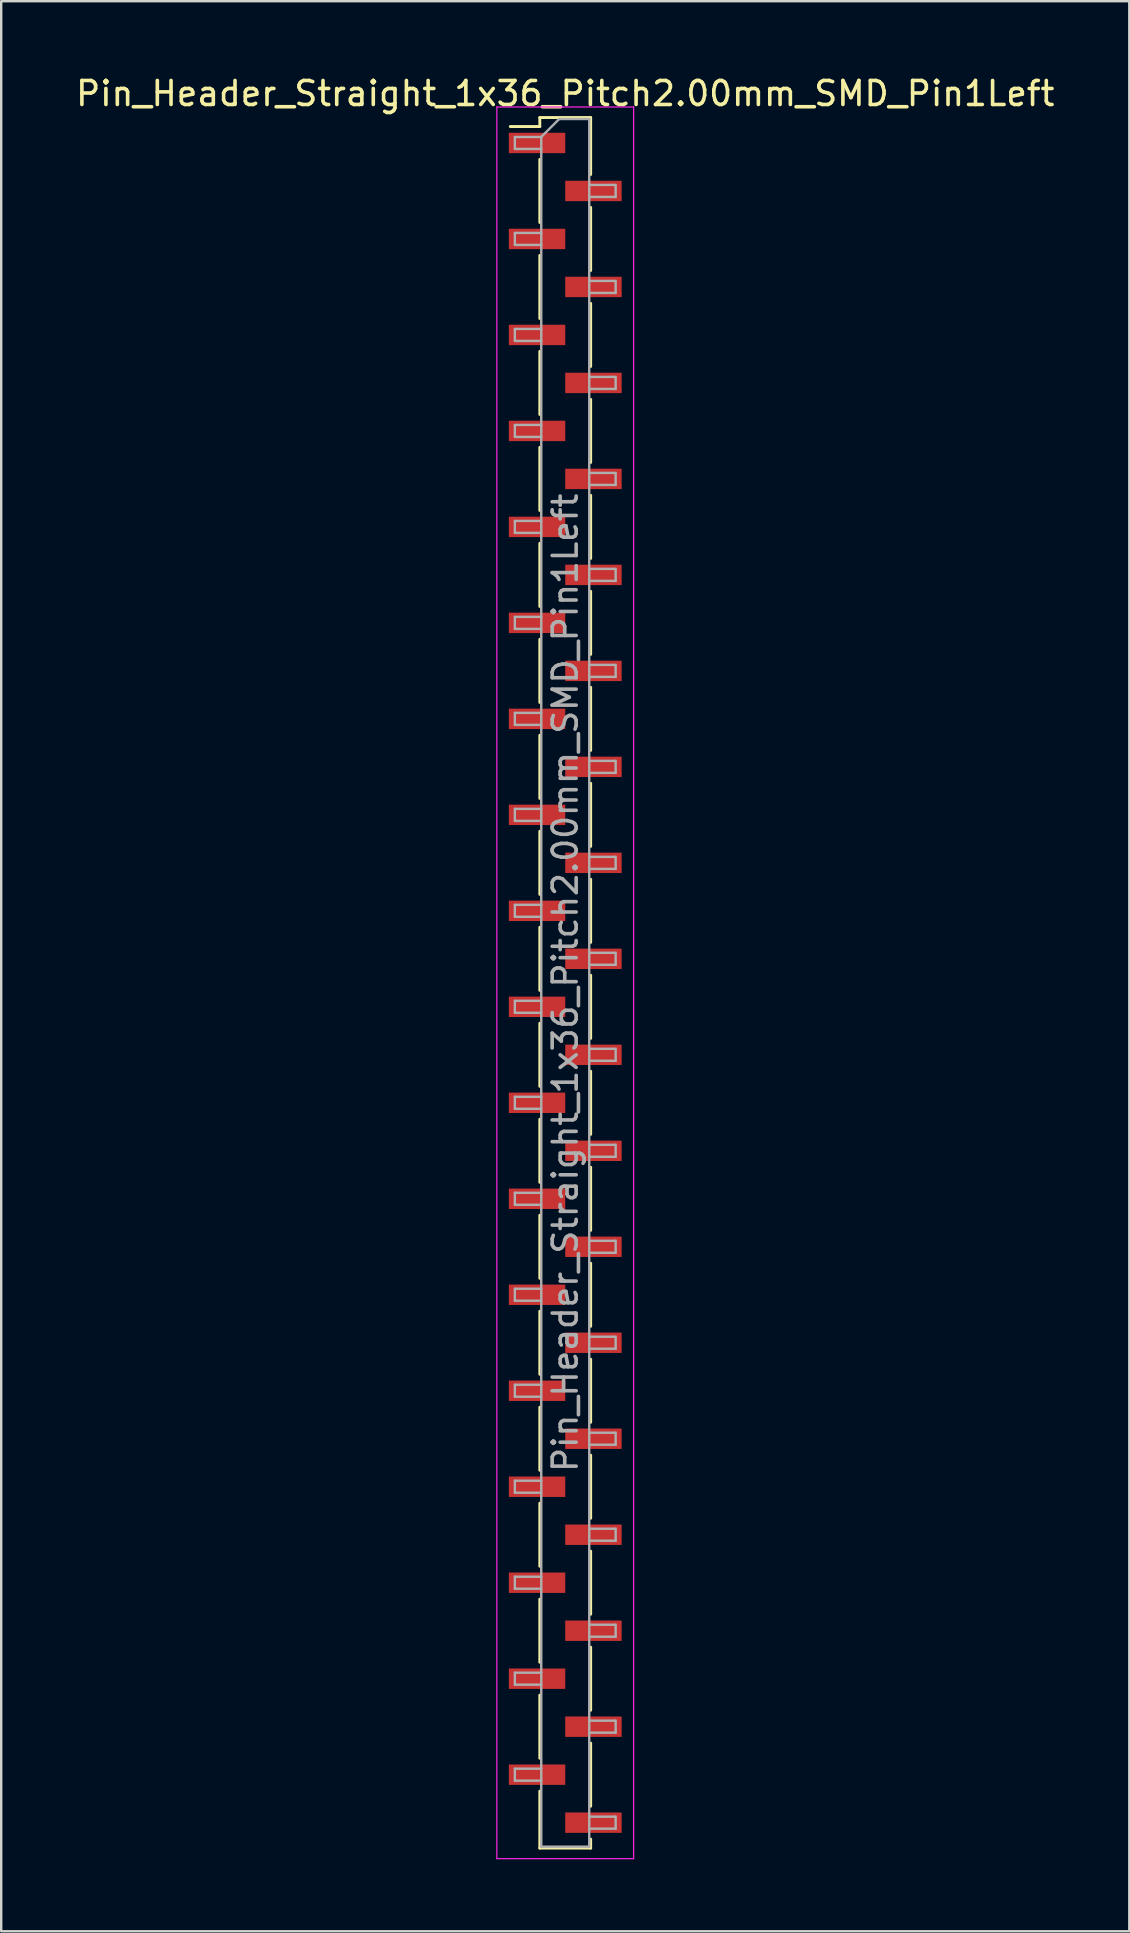
<source format=kicad_pcb>
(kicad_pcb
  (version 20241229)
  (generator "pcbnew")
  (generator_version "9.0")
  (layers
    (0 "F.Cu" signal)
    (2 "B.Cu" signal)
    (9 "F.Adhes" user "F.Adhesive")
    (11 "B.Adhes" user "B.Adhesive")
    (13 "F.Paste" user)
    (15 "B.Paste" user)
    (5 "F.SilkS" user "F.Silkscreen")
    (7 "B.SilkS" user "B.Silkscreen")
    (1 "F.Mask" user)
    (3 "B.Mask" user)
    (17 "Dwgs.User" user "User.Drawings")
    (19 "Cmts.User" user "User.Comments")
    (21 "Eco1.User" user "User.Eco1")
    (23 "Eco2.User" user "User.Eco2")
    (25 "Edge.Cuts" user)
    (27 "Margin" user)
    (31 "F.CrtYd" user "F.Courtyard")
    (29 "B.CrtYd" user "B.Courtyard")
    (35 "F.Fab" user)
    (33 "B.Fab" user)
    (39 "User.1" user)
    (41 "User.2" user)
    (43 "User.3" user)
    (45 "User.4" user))
  (footprint "Pin_Header_Straight_1x36_Pitch2.00mm_SMD_Pin1Left"
    (layer "F.Cu")
    (at 20.506 37.908)
    (property "Reference" "Pin_Header_Straight_1x36_Pitch2.00mm_SMD_Pin1Left" (at 0 -37.06 0) (layer "F.SilkS") (effects (font (size 1 1) (thickness 0.15))))
    (attr smd)
    (fp_line (start -1.06 -36.06) (end -1.06 -35.685) (stroke (width 0.12) (type solid)) (layer "F.SilkS"))
    (fp_line (start -1.06 -36.06) (end 1.06 -36.06) (stroke (width 0.12) (type solid)) (layer "F.SilkS"))
    (fp_line (start -1.06 -35.685) (end -2.29 -35.685) (stroke (width 0.12) (type solid)) (layer "F.SilkS"))
    (fp_line (start -1.06 -34.315) (end -1.06 -31.685) (stroke (width 0.12) (type solid)) (layer "F.SilkS"))
    (fp_line (start -1.06 -30.315) (end -1.06 -27.685) (stroke (width 0.12) (type solid)) (layer "F.SilkS"))
    (fp_line (start -1.06 -26.315) (end -1.06 -23.685) (stroke (width 0.12) (type solid)) (layer "F.SilkS"))
    (fp_line (start -1.06 -22.315) (end -1.06 -19.685) (stroke (width 0.12) (type solid)) (layer "F.SilkS"))
    (fp_line (start -1.06 -18.315) (end -1.06 -15.685) (stroke (width 0.12) (type solid)) (layer "F.SilkS"))
    (fp_line (start -1.06 -14.315) (end -1.06 -11.685) (stroke (width 0.12) (type solid)) (layer "F.SilkS"))
    (fp_line (start -1.06 -10.315) (end -1.06 -7.685) (stroke (width 0.12) (type solid)) (layer "F.SilkS"))
    (fp_line (start -1.06 -6.315) (end -1.06 -3.685) (stroke (width 0.12) (type solid)) (layer "F.SilkS"))
    (fp_line (start -1.06 -2.315) (end -1.06 0.315) (stroke (width 0.12) (type solid)) (layer "F.SilkS"))
    (fp_line (start -1.06 1.685) (end -1.06 4.315) (stroke (width 0.12) (type solid)) (layer "F.SilkS"))
    (fp_line (start -1.06 5.685) (end -1.06 8.315) (stroke (width 0.12) (type solid)) (layer "F.SilkS"))
    (fp_line (start -1.06 9.685) (end -1.06 12.315) (stroke (width 0.12) (type solid)) (layer "F.SilkS"))
    (fp_line (start -1.06 13.685) (end -1.06 16.315) (stroke (width 0.12) (type solid)) (layer "F.SilkS"))
    (fp_line (start -1.06 17.685) (end -1.06 20.315) (stroke (width 0.12) (type solid)) (layer "F.SilkS"))
    (fp_line (start -1.06 21.685) (end -1.06 24.315) (stroke (width 0.12) (type solid)) (layer "F.SilkS"))
    (fp_line (start -1.06 25.685) (end -1.06 28.315) (stroke (width 0.12) (type solid)) (layer "F.SilkS"))
    (fp_line (start -1.06 29.685) (end -1.06 32.315) (stroke (width 0.12) (type solid)) (layer "F.SilkS"))
    (fp_line (start -1.06 33.685) (end -1.06 36.06) (stroke (width 0.12) (type solid)) (layer "F.SilkS"))
    (fp_line (start -1.06 36.06) (end 1.06 36.06) (stroke (width 0.12) (type solid)) (layer "F.SilkS"))
    (fp_line (start 1.06 -36.06) (end 1.06 -33.685) (stroke (width 0.12) (type solid)) (layer "F.SilkS"))
    (fp_line (start 1.06 -32.315) (end 1.06 -29.685) (stroke (width 0.12) (type solid)) (layer "F.SilkS"))
    (fp_line (start 1.06 -28.315) (end 1.06 -25.685) (stroke (width 0.12) (type solid)) (layer "F.SilkS"))
    (fp_line (start 1.06 -24.315) (end 1.06 -21.685) (stroke (width 0.12) (type solid)) (layer "F.SilkS"))
    (fp_line (start 1.06 -20.315) (end 1.06 -17.685) (stroke (width 0.12) (type solid)) (layer "F.SilkS"))
    (fp_line (start 1.06 -16.315) (end 1.06 -13.685) (stroke (width 0.12) (type solid)) (layer "F.SilkS"))
    (fp_line (start 1.06 -12.315) (end 1.06 -9.685) (stroke (width 0.12) (type solid)) (layer "F.SilkS"))
    (fp_line (start 1.06 -8.315) (end 1.06 -5.685) (stroke (width 0.12) (type solid)) (layer "F.SilkS"))
    (fp_line (start 1.06 -4.315) (end 1.06 -1.685) (stroke (width 0.12) (type solid)) (layer "F.SilkS"))
    (fp_line (start 1.06 -0.315) (end 1.06 2.315) (stroke (width 0.12) (type solid)) (layer "F.SilkS"))
    (fp_line (start 1.06 3.685) (end 1.06 6.315) (stroke (width 0.12) (type solid)) (layer "F.SilkS"))
    (fp_line (start 1.06 7.685) (end 1.06 10.315) (stroke (width 0.12) (type solid)) (layer "F.SilkS"))
    (fp_line (start 1.06 11.685) (end 1.06 14.315) (stroke (width 0.12) (type solid)) (layer "F.SilkS"))
    (fp_line (start 1.06 15.685) (end 1.06 18.315) (stroke (width 0.12) (type solid)) (layer "F.SilkS"))
    (fp_line (start 1.06 19.685) (end 1.06 22.315) (stroke (width 0.12) (type solid)) (layer "F.SilkS"))
    (fp_line (start 1.06 23.685) (end 1.06 26.315) (stroke (width 0.12) (type solid)) (layer "F.SilkS"))
    (fp_line (start 1.06 27.685) (end 1.06 30.315) (stroke (width 0.12) (type solid)) (layer "F.SilkS"))
    (fp_line (start 1.06 31.685) (end 1.06 34.315) (stroke (width 0.12) (type solid)) (layer "F.SilkS"))
    (fp_line (start 1.06 35.685) (end 1.06 36.06) (stroke (width 0.12) (type solid)) (layer "F.SilkS"))
    (fp_line (start -2.85 -36.5) (end -2.85 36.5) (stroke (width 0.05) (type solid)) (layer "F.CrtYd"))
    (fp_line (start -2.85 36.5) (end 2.85 36.5) (stroke (width 0.05) (type solid)) (layer "F.CrtYd"))
    (fp_line (start 2.85 -36.5) (end -2.85 -36.5) (stroke (width 0.05) (type solid)) (layer "F.CrtYd"))
    (fp_line (start 2.85 36.5) (end 2.85 -36.5) (stroke (width 0.05) (type solid)) (layer "F.CrtYd"))
    (fp_line (start -2.1 -35.25) (end -2.1 -34.75) (stroke (width 0.1) (type solid)) (layer "F.Fab"))
    (fp_line (start -2.1 -34.75) (end -1 -34.75) (stroke (width 0.1) (type solid)) (layer "F.Fab"))
    (fp_line (start -2.1 -31.25) (end -2.1 -30.75) (stroke (width 0.1) (type solid)) (layer "F.Fab"))
    (fp_line (start -2.1 -30.75) (end -1 -30.75) (stroke (width 0.1) (type solid)) (layer "F.Fab"))
    (fp_line (start -2.1 -27.25) (end -2.1 -26.75) (stroke (width 0.1) (type solid)) (layer "F.Fab"))
    (fp_line (start -2.1 -26.75) (end -1 -26.75) (stroke (width 0.1) (type solid)) (layer "F.Fab"))
    (fp_line (start -2.1 -23.25) (end -2.1 -22.75) (stroke (width 0.1) (type solid)) (layer "F.Fab"))
    (fp_line (start -2.1 -22.75) (end -1 -22.75) (stroke (width 0.1) (type solid)) (layer "F.Fab"))
    (fp_line (start -2.1 -19.25) (end -2.1 -18.75) (stroke (width 0.1) (type solid)) (layer "F.Fab"))
    (fp_line (start -2.1 -18.75) (end -1 -18.75) (stroke (width 0.1) (type solid)) (layer "F.Fab"))
    (fp_line (start -2.1 -15.25) (end -2.1 -14.75) (stroke (width 0.1) (type solid)) (layer "F.Fab"))
    (fp_line (start -2.1 -14.75) (end -1 -14.75) (stroke (width 0.1) (type solid)) (layer "F.Fab"))
    (fp_line (start -2.1 -11.25) (end -2.1 -10.75) (stroke (width 0.1) (type solid)) (layer "F.Fab"))
    (fp_line (start -2.1 -10.75) (end -1 -10.75) (stroke (width 0.1) (type solid)) (layer "F.Fab"))
    (fp_line (start -2.1 -7.25) (end -2.1 -6.75) (stroke (width 0.1) (type solid)) (layer "F.Fab"))
    (fp_line (start -2.1 -6.75) (end -1 -6.75) (stroke (width 0.1) (type solid)) (layer "F.Fab"))
    (fp_line (start -2.1 -3.25) (end -2.1 -2.75) (stroke (width 0.1) (type solid)) (layer "F.Fab"))
    (fp_line (start -2.1 -2.75) (end -1 -2.75) (stroke (width 0.1) (type solid)) (layer "F.Fab"))
    (fp_line (start -2.1 0.75) (end -2.1 1.25) (stroke (width 0.1) (type solid)) (layer "F.Fab"))
    (fp_line (start -2.1 1.25) (end -1 1.25) (stroke (width 0.1) (type solid)) (layer "F.Fab"))
    (fp_line (start -2.1 4.75) (end -2.1 5.25) (stroke (width 0.1) (type solid)) (layer "F.Fab"))
    (fp_line (start -2.1 5.25) (end -1 5.25) (stroke (width 0.1) (type solid)) (layer "F.Fab"))
    (fp_line (start -2.1 8.75) (end -2.1 9.25) (stroke (width 0.1) (type solid)) (layer "F.Fab"))
    (fp_line (start -2.1 9.25) (end -1 9.25) (stroke (width 0.1) (type solid)) (layer "F.Fab"))
    (fp_line (start -2.1 12.75) (end -2.1 13.25) (stroke (width 0.1) (type solid)) (layer "F.Fab"))
    (fp_line (start -2.1 13.25) (end -1 13.25) (stroke (width 0.1) (type solid)) (layer "F.Fab"))
    (fp_line (start -2.1 16.75) (end -2.1 17.25) (stroke (width 0.1) (type solid)) (layer "F.Fab"))
    (fp_line (start -2.1 17.25) (end -1 17.25) (stroke (width 0.1) (type solid)) (layer "F.Fab"))
    (fp_line (start -2.1 20.75) (end -2.1 21.25) (stroke (width 0.1) (type solid)) (layer "F.Fab"))
    (fp_line (start -2.1 21.25) (end -1 21.25) (stroke (width 0.1) (type solid)) (layer "F.Fab"))
    (fp_line (start -2.1 24.75) (end -2.1 25.25) (stroke (width 0.1) (type solid)) (layer "F.Fab"))
    (fp_line (start -2.1 25.25) (end -1 25.25) (stroke (width 0.1) (type solid)) (layer "F.Fab"))
    (fp_line (start -2.1 28.75) (end -2.1 29.25) (stroke (width 0.1) (type solid)) (layer "F.Fab"))
    (fp_line (start -2.1 29.25) (end -1 29.25) (stroke (width 0.1) (type solid)) (layer "F.Fab"))
    (fp_line (start -2.1 32.75) (end -2.1 33.25) (stroke (width 0.1) (type solid)) (layer "F.Fab"))
    (fp_line (start -2.1 33.25) (end -1 33.25) (stroke (width 0.1) (type solid)) (layer "F.Fab"))
    (fp_line (start -1 -35.25) (end -2.1 -35.25) (stroke (width 0.1) (type solid)) (layer "F.Fab"))
    (fp_line (start -1 -35.25) (end -0.25 -36) (stroke (width 0.1) (type solid)) (layer "F.Fab"))
    (fp_line (start -1 -31.25) (end -2.1 -31.25) (stroke (width 0.1) (type solid)) (layer "F.Fab"))
    (fp_line (start -1 -27.25) (end -2.1 -27.25) (stroke (width 0.1) (type solid)) (layer "F.Fab"))
    (fp_line (start -1 -23.25) (end -2.1 -23.25) (stroke (width 0.1) (type solid)) (layer "F.Fab"))
    (fp_line (start -1 -19.25) (end -2.1 -19.25) (stroke (width 0.1) (type solid)) (layer "F.Fab"))
    (fp_line (start -1 -15.25) (end -2.1 -15.25) (stroke (width 0.1) (type solid)) (layer "F.Fab"))
    (fp_line (start -1 -11.25) (end -2.1 -11.25) (stroke (width 0.1) (type solid)) (layer "F.Fab"))
    (fp_line (start -1 -7.25) (end -2.1 -7.25) (stroke (width 0.1) (type solid)) (layer "F.Fab"))
    (fp_line (start -1 -3.25) (end -2.1 -3.25) (stroke (width 0.1) (type solid)) (layer "F.Fab"))
    (fp_line (start -1 0.75) (end -2.1 0.75) (stroke (width 0.1) (type solid)) (layer "F.Fab"))
    (fp_line (start -1 4.75) (end -2.1 4.75) (stroke (width 0.1) (type solid)) (layer "F.Fab"))
    (fp_line (start -1 8.75) (end -2.1 8.75) (stroke (width 0.1) (type solid)) (layer "F.Fab"))
    (fp_line (start -1 12.75) (end -2.1 12.75) (stroke (width 0.1) (type solid)) (layer "F.Fab"))
    (fp_line (start -1 16.75) (end -2.1 16.75) (stroke (width 0.1) (type solid)) (layer "F.Fab"))
    (fp_line (start -1 20.75) (end -2.1 20.75) (stroke (width 0.1) (type solid)) (layer "F.Fab"))
    (fp_line (start -1 24.75) (end -2.1 24.75) (stroke (width 0.1) (type solid)) (layer "F.Fab"))
    (fp_line (start -1 28.75) (end -2.1 28.75) (stroke (width 0.1) (type solid)) (layer "F.Fab"))
    (fp_line (start -1 32.75) (end -2.1 32.75) (stroke (width 0.1) (type solid)) (layer "F.Fab"))
    (fp_line (start -1 36) (end -1 -35.25) (stroke (width 0.1) (type solid)) (layer "F.Fab"))
    (fp_line (start -0.25 -36) (end 1 -36) (stroke (width 0.1) (type solid)) (layer "F.Fab"))
    (fp_line (start 1 -36) (end 1 36) (stroke (width 0.1) (type solid)) (layer "F.Fab"))
    (fp_line (start 1 -33.25) (end 2.1 -33.25) (stroke (width 0.1) (type solid)) (layer "F.Fab"))
    (fp_line (start 1 -29.25) (end 2.1 -29.25) (stroke (width 0.1) (type solid)) (layer "F.Fab"))
    (fp_line (start 1 -25.25) (end 2.1 -25.25) (stroke (width 0.1) (type solid)) (layer "F.Fab"))
    (fp_line (start 1 -21.25) (end 2.1 -21.25) (stroke (width 0.1) (type solid)) (layer "F.Fab"))
    (fp_line (start 1 -17.25) (end 2.1 -17.25) (stroke (width 0.1) (type solid)) (layer "F.Fab"))
    (fp_line (start 1 -13.25) (end 2.1 -13.25) (stroke (width 0.1) (type solid)) (layer "F.Fab"))
    (fp_line (start 1 -9.25) (end 2.1 -9.25) (stroke (width 0.1) (type solid)) (layer "F.Fab"))
    (fp_line (start 1 -5.25) (end 2.1 -5.25) (stroke (width 0.1) (type solid)) (layer "F.Fab"))
    (fp_line (start 1 -1.25) (end 2.1 -1.25) (stroke (width 0.1) (type solid)) (layer "F.Fab"))
    (fp_line (start 1 2.75) (end 2.1 2.75) (stroke (width 0.1) (type solid)) (layer "F.Fab"))
    (fp_line (start 1 6.75) (end 2.1 6.75) (stroke (width 0.1) (type solid)) (layer "F.Fab"))
    (fp_line (start 1 10.75) (end 2.1 10.75) (stroke (width 0.1) (type solid)) (layer "F.Fab"))
    (fp_line (start 1 14.75) (end 2.1 14.75) (stroke (width 0.1) (type solid)) (layer "F.Fab"))
    (fp_line (start 1 18.75) (end 2.1 18.75) (stroke (width 0.1) (type solid)) (layer "F.Fab"))
    (fp_line (start 1 22.75) (end 2.1 22.75) (stroke (width 0.1) (type solid)) (layer "F.Fab"))
    (fp_line (start 1 26.75) (end 2.1 26.75) (stroke (width 0.1) (type solid)) (layer "F.Fab"))
    (fp_line (start 1 30.75) (end 2.1 30.75) (stroke (width 0.1) (type solid)) (layer "F.Fab"))
    (fp_line (start 1 34.75) (end 2.1 34.75) (stroke (width 0.1) (type solid)) (layer "F.Fab"))
    (fp_line (start 1 36) (end -1 36) (stroke (width 0.1) (type solid)) (layer "F.Fab"))
    (fp_line (start 2.1 -33.25) (end 2.1 -32.75) (stroke (width 0.1) (type solid)) (layer "F.Fab"))
    (fp_line (start 2.1 -32.75) (end 1 -32.75) (stroke (width 0.1) (type solid)) (layer "F.Fab"))
    (fp_line (start 2.1 -29.25) (end 2.1 -28.75) (stroke (width 0.1) (type solid)) (layer "F.Fab"))
    (fp_line (start 2.1 -28.75) (end 1 -28.75) (stroke (width 0.1) (type solid)) (layer "F.Fab"))
    (fp_line (start 2.1 -25.25) (end 2.1 -24.75) (stroke (width 0.1) (type solid)) (layer "F.Fab"))
    (fp_line (start 2.1 -24.75) (end 1 -24.75) (stroke (width 0.1) (type solid)) (layer "F.Fab"))
    (fp_line (start 2.1 -21.25) (end 2.1 -20.75) (stroke (width 0.1) (type solid)) (layer "F.Fab"))
    (fp_line (start 2.1 -20.75) (end 1 -20.75) (stroke (width 0.1) (type solid)) (layer "F.Fab"))
    (fp_line (start 2.1 -17.25) (end 2.1 -16.75) (stroke (width 0.1) (type solid)) (layer "F.Fab"))
    (fp_line (start 2.1 -16.75) (end 1 -16.75) (stroke (width 0.1) (type solid)) (layer "F.Fab"))
    (fp_line (start 2.1 -13.25) (end 2.1 -12.75) (stroke (width 0.1) (type solid)) (layer "F.Fab"))
    (fp_line (start 2.1 -12.75) (end 1 -12.75) (stroke (width 0.1) (type solid)) (layer "F.Fab"))
    (fp_line (start 2.1 -9.25) (end 2.1 -8.75) (stroke (width 0.1) (type solid)) (layer "F.Fab"))
    (fp_line (start 2.1 -8.75) (end 1 -8.75) (stroke (width 0.1) (type solid)) (layer "F.Fab"))
    (fp_line (start 2.1 -5.25) (end 2.1 -4.75) (stroke (width 0.1) (type solid)) (layer "F.Fab"))
    (fp_line (start 2.1 -4.75) (end 1 -4.75) (stroke (width 0.1) (type solid)) (layer "F.Fab"))
    (fp_line (start 2.1 -1.25) (end 2.1 -0.75) (stroke (width 0.1) (type solid)) (layer "F.Fab"))
    (fp_line (start 2.1 -0.75) (end 1 -0.75) (stroke (width 0.1) (type solid)) (layer "F.Fab"))
    (fp_line (start 2.1 2.75) (end 2.1 3.25) (stroke (width 0.1) (type solid)) (layer "F.Fab"))
    (fp_line (start 2.1 3.25) (end 1 3.25) (stroke (width 0.1) (type solid)) (layer "F.Fab"))
    (fp_line (start 2.1 6.75) (end 2.1 7.25) (stroke (width 0.1) (type solid)) (layer "F.Fab"))
    (fp_line (start 2.1 7.25) (end 1 7.25) (stroke (width 0.1) (type solid)) (layer "F.Fab"))
    (fp_line (start 2.1 10.75) (end 2.1 11.25) (stroke (width 0.1) (type solid)) (layer "F.Fab"))
    (fp_line (start 2.1 11.25) (end 1 11.25) (stroke (width 0.1) (type solid)) (layer "F.Fab"))
    (fp_line (start 2.1 14.75) (end 2.1 15.25) (stroke (width 0.1) (type solid)) (layer "F.Fab"))
    (fp_line (start 2.1 15.25) (end 1 15.25) (stroke (width 0.1) (type solid)) (layer "F.Fab"))
    (fp_line (start 2.1 18.75) (end 2.1 19.25) (stroke (width 0.1) (type solid)) (layer "F.Fab"))
    (fp_line (start 2.1 19.25) (end 1 19.25) (stroke (width 0.1) (type solid)) (layer "F.Fab"))
    (fp_line (start 2.1 22.75) (end 2.1 23.25) (stroke (width 0.1) (type solid)) (layer "F.Fab"))
    (fp_line (start 2.1 23.25) (end 1 23.25) (stroke (width 0.1) (type solid)) (layer "F.Fab"))
    (fp_line (start 2.1 26.75) (end 2.1 27.25) (stroke (width 0.1) (type solid)) (layer "F.Fab"))
    (fp_line (start 2.1 27.25) (end 1 27.25) (stroke (width 0.1) (type solid)) (layer "F.Fab"))
    (fp_line (start 2.1 30.75) (end 2.1 31.25) (stroke (width 0.1) (type solid)) (layer "F.Fab"))
    (fp_line (start 2.1 31.25) (end 1 31.25) (stroke (width 0.1) (type solid)) (layer "F.Fab"))
    (fp_line (start 2.1 34.75) (end 2.1 35.25) (stroke (width 0.1) (type solid)) (layer "F.Fab"))
    (fp_line (start 2.1 35.25) (end 1 35.25) (stroke (width 0.1) (type solid)) (layer "F.Fab"))
    (fp_text user "${REFERENCE}" (at 0 0 90) (layer "F.Fab") (effects (font (size 1 1) (thickness 0.15))))
    (pad "1" smd rect (at -1.175 -35) (size 2.35 0.85) (layers "F.Cu" "F.Mask" "F.Paste"))
    (pad "2" smd rect (at 1.175 -33) (size 2.35 0.85) (layers "F.Cu" "F.Mask" "F.Paste"))
    (pad "3" smd rect (at -1.175 -31) (size 2.35 0.85) (layers "F.Cu" "F.Mask" "F.Paste"))
    (pad "4" smd rect (at 1.175 -29) (size 2.35 0.85) (layers "F.Cu" "F.Mask" "F.Paste"))
    (pad "5" smd rect (at -1.175 -27) (size 2.35 0.85) (layers "F.Cu" "F.Mask" "F.Paste"))
    (pad "6" smd rect (at 1.175 -25) (size 2.35 0.85) (layers "F.Cu" "F.Mask" "F.Paste"))
    (pad "7" smd rect (at -1.175 -23) (size 2.35 0.85) (layers "F.Cu" "F.Mask" "F.Paste"))
    (pad "8" smd rect (at 1.175 -21) (size 2.35 0.85) (layers "F.Cu" "F.Mask" "F.Paste"))
    (pad "9" smd rect (at -1.175 -19) (size 2.35 0.85) (layers "F.Cu" "F.Mask" "F.Paste"))
    (pad "10" smd rect (at 1.175 -17) (size 2.35 0.85) (layers "F.Cu" "F.Mask" "F.Paste"))
    (pad "11" smd rect (at -1.175 -15) (size 2.35 0.85) (layers "F.Cu" "F.Mask" "F.Paste"))
    (pad "12" smd rect (at 1.175 -13) (size 2.35 0.85) (layers "F.Cu" "F.Mask" "F.Paste"))
    (pad "13" smd rect (at -1.175 -11) (size 2.35 0.85) (layers "F.Cu" "F.Mask" "F.Paste"))
    (pad "14" smd rect (at 1.175 -9) (size 2.35 0.85) (layers "F.Cu" "F.Mask" "F.Paste"))
    (pad "15" smd rect (at -1.175 -7) (size 2.35 0.85) (layers "F.Cu" "F.Mask" "F.Paste"))
    (pad "16" smd rect (at 1.175 -5) (size 2.35 0.85) (layers "F.Cu" "F.Mask" "F.Paste"))
    (pad "17" smd rect (at -1.175 -3) (size 2.35 0.85) (layers "F.Cu" "F.Mask" "F.Paste"))
    (pad "18" smd rect (at 1.175 -1) (size 2.35 0.85) (layers "F.Cu" "F.Mask" "F.Paste"))
    (pad "19" smd rect (at -1.175 1) (size 2.35 0.85) (layers "F.Cu" "F.Mask" "F.Paste"))
    (pad "20" smd rect (at 1.175 3) (size 2.35 0.85) (layers "F.Cu" "F.Mask" "F.Paste"))
    (pad "21" smd rect (at -1.175 5) (size 2.35 0.85) (layers "F.Cu" "F.Mask" "F.Paste"))
    (pad "22" smd rect (at 1.175 7) (size 2.35 0.85) (layers "F.Cu" "F.Mask" "F.Paste"))
    (pad "23" smd rect (at -1.175 9) (size 2.35 0.85) (layers "F.Cu" "F.Mask" "F.Paste"))
    (pad "24" smd rect (at 1.175 11) (size 2.35 0.85) (layers "F.Cu" "F.Mask" "F.Paste"))
    (pad "25" smd rect (at -1.175 13) (size 2.35 0.85) (layers "F.Cu" "F.Mask" "F.Paste"))
    (pad "26" smd rect (at 1.175 15) (size 2.35 0.85) (layers "F.Cu" "F.Mask" "F.Paste"))
    (pad "27" smd rect (at -1.175 17) (size 2.35 0.85) (layers "F.Cu" "F.Mask" "F.Paste"))
    (pad "28" smd rect (at 1.175 19) (size 2.35 0.85) (layers "F.Cu" "F.Mask" "F.Paste"))
    (pad "29" smd rect (at -1.175 21) (size 2.35 0.85) (layers "F.Cu" "F.Mask" "F.Paste"))
    (pad "30" smd rect (at 1.175 23) (size 2.35 0.85) (layers "F.Cu" "F.Mask" "F.Paste"))
    (pad "31" smd rect (at -1.175 25) (size 2.35 0.85) (layers "F.Cu" "F.Mask" "F.Paste"))
    (pad "32" smd rect (at 1.175 27) (size 2.35 0.85) (layers "F.Cu" "F.Mask" "F.Paste"))
    (pad "33" smd rect (at -1.175 29) (size 2.35 0.85) (layers "F.Cu" "F.Mask" "F.Paste"))
    (pad "34" smd rect (at 1.175 31) (size 2.35 0.85) (layers "F.Cu" "F.Mask" "F.Paste"))
    (pad "35" smd rect (at -1.175 33) (size 2.35 0.85) (layers "F.Cu" "F.Mask" "F.Paste"))
    (pad "36" smd rect (at 1.175 35) (size 2.35 0.85) (layers "F.Cu" "F.Mask" "F.Paste")))
  (gr_rect
    (start -3 -3)
    (end 44.012 77.433)
    (stroke (width 0.1) (type default))
    (fill no)
    (layer "Edge.Cuts")))
</source>
